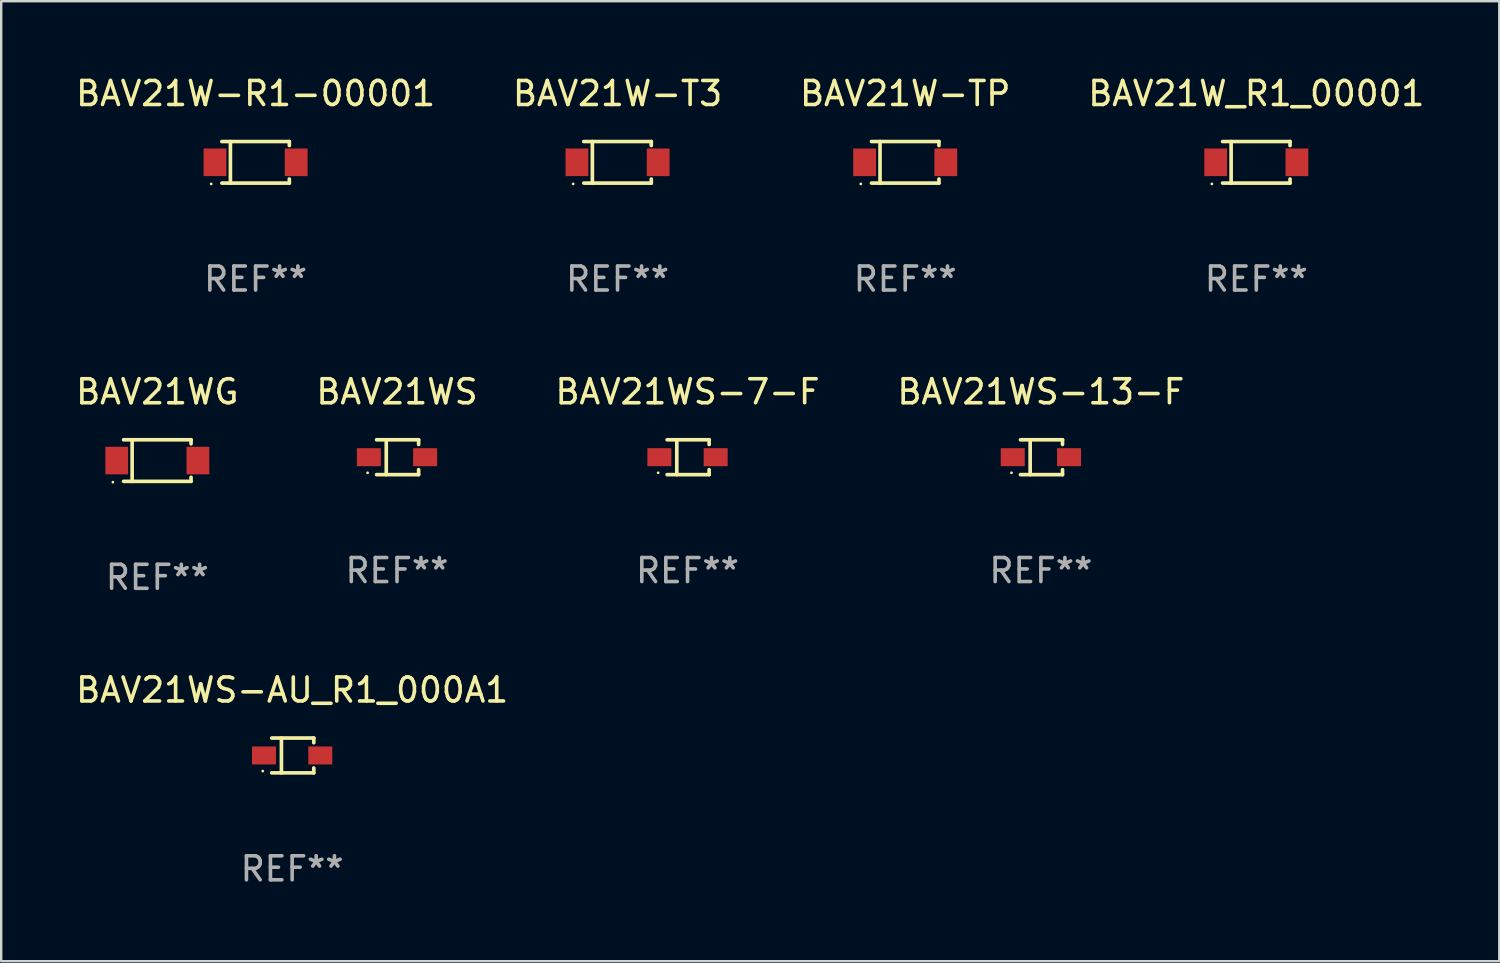
<source format=kicad_pcb>
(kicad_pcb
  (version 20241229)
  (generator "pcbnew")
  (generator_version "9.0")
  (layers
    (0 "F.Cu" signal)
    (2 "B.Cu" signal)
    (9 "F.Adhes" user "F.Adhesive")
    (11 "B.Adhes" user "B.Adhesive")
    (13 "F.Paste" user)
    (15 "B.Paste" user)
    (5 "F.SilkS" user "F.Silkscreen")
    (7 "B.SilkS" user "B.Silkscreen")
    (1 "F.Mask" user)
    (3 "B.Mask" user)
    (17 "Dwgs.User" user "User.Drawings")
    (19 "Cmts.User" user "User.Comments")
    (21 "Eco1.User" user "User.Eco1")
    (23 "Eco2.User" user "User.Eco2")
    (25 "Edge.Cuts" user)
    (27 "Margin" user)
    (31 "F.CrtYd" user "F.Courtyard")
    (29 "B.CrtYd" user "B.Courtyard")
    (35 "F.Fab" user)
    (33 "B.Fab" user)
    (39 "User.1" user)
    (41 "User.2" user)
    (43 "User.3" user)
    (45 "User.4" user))
  (footprint "BAV21WS-13-F"
    (layer "F.Cu")
    (at 40.327 16.003)
    (property "Reference" "BAV21WS-13-F" (at 0 -2.726 0) (layer "F.SilkS") (effects (font (size 1 1) (thickness 0.15))))
    (attr through_hole)
    (fp_line (start -0.851 -0.726) (end 0.901 -0.726) (stroke (width 0.152) (type solid)) (layer "F.SilkS"))
    (fp_line (start -0.851 0.726) (end 0.901 0.726) (stroke (width 0.152) (type solid)) (layer "F.SilkS"))
    (fp_line (start -0.447 -0.726) (end -0.447 0.726) (stroke (width 0.152) (type solid)) (layer "F.SilkS"))
    (fp_line (start 0.901 -0.726) (end 0.901 -0.53) (stroke (width 0.152) (type solid)) (layer "F.SilkS"))
    (fp_line (start 0.901 0.726) (end 0.901 0.52) (stroke (width 0.152) (type solid)) (layer "F.SilkS"))
    (fp_circle (center -1.225 0.65) (end -1.195 0.65) (stroke (width 0.06) (type solid)) (fill no) (layer "F.SilkS"))
    (fp_text user "REF**" (at 0 4.726 0) (layer "F.Fab") (effects (font (size 1 1) (thickness 0.15))))
    (pad "1" smd rect (at -1.173 0) (size 1 0.75) (layers "F.Cu" "F.Mask" "F.Paste"))
    (pad "2" smd rect (at 1.173 0) (size 1 0.75) (layers "F.Cu" "F.Mask" "F.Paste")))
  (footprint "BAV21WS"
    (layer "F.Cu")
    (at 13.494 16.003)
    (property "Reference" "BAV21WS" (at 0 -2.726 0) (layer "F.SilkS") (effects (font (size 1 1) (thickness 0.15))))
    (attr through_hole)
    (fp_line (start -0.851 -0.726) (end 0.901 -0.726) (stroke (width 0.152) (type solid)) (layer "F.SilkS"))
    (fp_line (start -0.851 0.726) (end 0.901 0.726) (stroke (width 0.152) (type solid)) (layer "F.SilkS"))
    (fp_line (start -0.447 -0.726) (end -0.447 0.726) (stroke (width 0.152) (type solid)) (layer "F.SilkS"))
    (fp_line (start 0.901 -0.726) (end 0.901 -0.53) (stroke (width 0.152) (type solid)) (layer "F.SilkS"))
    (fp_line (start 0.901 0.726) (end 0.901 0.52) (stroke (width 0.152) (type solid)) (layer "F.SilkS"))
    (fp_circle (center -1.225 0.65) (end -1.195 0.65) (stroke (width 0.06) (type solid)) (fill no) (layer "F.SilkS"))
    (fp_text user "REF**" (at 0 4.726 0) (layer "F.Fab") (effects (font (size 1 1) (thickness 0.15))))
    (pad "1" smd rect (at -1.173 0) (size 1 0.75) (layers "F.Cu" "F.Mask" "F.Paste"))
    (pad "2" smd rect (at 1.173 0) (size 1 0.75) (layers "F.Cu" "F.Mask" "F.Paste")))
  (footprint "BAV21W_R1_00001"
    (layer "F.Cu")
    (at 49.304 3.714)
    (property "Reference" "BAV21W_R1_00001" (at 0 -2.866 0) (layer "F.SilkS") (effects (font (size 1 1) (thickness 0.15))))
    (attr through_hole)
    (fp_line (start -1.406 -0.866) (end 1.406 -0.866) (stroke (width 0.152) (type solid)) (layer "F.SilkS"))
    (fp_line (start -1.406 0.866) (end 1.406 0.866) (stroke (width 0.152) (type solid)) (layer "F.SilkS"))
    (fp_line (start -1.049 -0.866) (end -1.049 0.866) (stroke (width 0.152) (type solid)) (layer "F.SilkS"))
    (fp_line (start 1.406 -0.866) (end 1.406 -0.698) (stroke (width 0.152) (type solid)) (layer "F.SilkS"))
    (fp_line (start 1.406 0.866) (end 1.406 0.698) (stroke (width 0.152) (type solid)) (layer "F.SilkS"))
    (fp_circle (center -1.851 0.9) (end -1.821 0.9) (stroke (width 0.06) (type solid)) (fill no) (layer "F.SilkS"))
    (fp_text user "REF**" (at 0 4.866 0) (layer "F.Fab") (effects (font (size 1 1) (thickness 0.15))))
    (pad "1" smd rect (at -1.692 0) (size 0.95 1.15) (layers "F.Cu" "F.Mask" "F.Paste"))
    (pad "2" smd rect (at 1.692 0) (size 0.95 1.15) (layers "F.Cu" "F.Mask" "F.Paste")))
  (footprint "BAV21WS-7-F"
    (layer "F.Cu")
    (at 25.601 16.003)
    (property "Reference" "BAV21WS-7-F" (at 0 -2.726 0) (layer "F.SilkS") (effects (font (size 1 1) (thickness 0.15))))
    (attr through_hole)
    (fp_line (start -0.851 -0.726) (end 0.901 -0.726) (stroke (width 0.152) (type solid)) (layer "F.SilkS"))
    (fp_line (start -0.851 0.726) (end 0.901 0.726) (stroke (width 0.152) (type solid)) (layer "F.SilkS"))
    (fp_line (start -0.447 -0.726) (end -0.447 0.726) (stroke (width 0.152) (type solid)) (layer "F.SilkS"))
    (fp_line (start 0.901 -0.726) (end 0.901 -0.53) (stroke (width 0.152) (type solid)) (layer "F.SilkS"))
    (fp_line (start 0.901 0.726) (end 0.901 0.52) (stroke (width 0.152) (type solid)) (layer "F.SilkS"))
    (fp_circle (center -1.225 0.65) (end -1.195 0.65) (stroke (width 0.06) (type solid)) (fill no) (layer "F.SilkS"))
    (fp_text user "REF**" (at 0 4.726 0) (layer "F.Fab") (effects (font (size 1 1) (thickness 0.15))))
    (pad "1" smd rect (at -1.173 0) (size 1 0.75) (layers "F.Cu" "F.Mask" "F.Paste"))
    (pad "2" smd rect (at 1.173 0) (size 1 0.75) (layers "F.Cu" "F.Mask" "F.Paste")))
  (footprint "BAV21W-T3"
    (layer "F.Cu")
    (at 22.685 3.714)
    (property "Reference" "BAV21W-T3" (at 0 -2.866 0) (layer "F.SilkS") (effects (font (size 1 1) (thickness 0.15))))
    (attr through_hole)
    (fp_line (start -1.406 -0.866) (end 1.406 -0.866) (stroke (width 0.152) (type solid)) (layer "F.SilkS"))
    (fp_line (start -1.406 0.866) (end 1.406 0.866) (stroke (width 0.152) (type solid)) (layer "F.SilkS"))
    (fp_line (start -1.049 -0.866) (end -1.049 0.866) (stroke (width 0.152) (type solid)) (layer "F.SilkS"))
    (fp_line (start 1.406 -0.866) (end 1.406 -0.698) (stroke (width 0.152) (type solid)) (layer "F.SilkS"))
    (fp_line (start 1.406 0.866) (end 1.406 0.698) (stroke (width 0.152) (type solid)) (layer "F.SilkS"))
    (fp_circle (center -1.851 0.9) (end -1.821 0.9) (stroke (width 0.06) (type solid)) (fill no) (layer "F.SilkS"))
    (fp_text user "REF**" (at 0 4.866 0) (layer "F.Fab") (effects (font (size 1 1) (thickness 0.15))))
    (pad "1" smd rect (at -1.692 0) (size 0.95 1.15) (layers "F.Cu" "F.Mask" "F.Paste"))
    (pad "2" smd rect (at 1.692 0) (size 0.95 1.15) (layers "F.Cu" "F.Mask" "F.Paste")))
  (footprint "BAV21W-TP"
    (layer "F.Cu")
    (at 34.673 3.714)
    (property "Reference" "BAV21W-TP" (at 0 -2.866 0) (layer "F.SilkS") (effects (font (size 1 1) (thickness 0.15))))
    (attr through_hole)
    (fp_line (start -1.406 -0.866) (end 1.406 -0.866) (stroke (width 0.152) (type solid)) (layer "F.SilkS"))
    (fp_line (start -1.406 0.866) (end 1.406 0.866) (stroke (width 0.152) (type solid)) (layer "F.SilkS"))
    (fp_line (start -1.049 -0.866) (end -1.049 0.866) (stroke (width 0.152) (type solid)) (layer "F.SilkS"))
    (fp_line (start 1.406 -0.866) (end 1.406 -0.698) (stroke (width 0.152) (type solid)) (layer "F.SilkS"))
    (fp_line (start 1.406 0.866) (end 1.406 0.698) (stroke (width 0.152) (type solid)) (layer "F.SilkS"))
    (fp_circle (center -1.851 0.9) (end -1.821 0.9) (stroke (width 0.06) (type solid)) (fill no) (layer "F.SilkS"))
    (fp_text user "REF**" (at 0 4.866 0) (layer "F.Fab") (effects (font (size 1 1) (thickness 0.15))))
    (pad "1" smd rect (at -1.692 0) (size 0.95 1.15) (layers "F.Cu" "F.Mask" "F.Paste"))
    (pad "2" smd rect (at 1.692 0) (size 0.95 1.15) (layers "F.Cu" "F.Mask" "F.Paste")))
  (footprint "BAV21W-R1-00001"
    (layer "F.Cu")
    (at 7.601 3.714)
    (property "Reference" "BAV21W-R1-00001" (at 0 -2.866 0) (layer "F.SilkS") (effects (font (size 1 1) (thickness 0.15))))
    (attr through_hole)
    (fp_line (start -1.406 -0.866) (end 1.406 -0.866) (stroke (width 0.152) (type solid)) (layer "F.SilkS"))
    (fp_line (start -1.406 0.866) (end 1.406 0.866) (stroke (width 0.152) (type solid)) (layer "F.SilkS"))
    (fp_line (start -1.049 -0.866) (end -1.049 0.866) (stroke (width 0.152) (type solid)) (layer "F.SilkS"))
    (fp_line (start 1.406 -0.866) (end 1.406 -0.698) (stroke (width 0.152) (type solid)) (layer "F.SilkS"))
    (fp_line (start 1.406 0.866) (end 1.406 0.698) (stroke (width 0.152) (type solid)) (layer "F.SilkS"))
    (fp_circle (center -1.851 0.9) (end -1.821 0.9) (stroke (width 0.06) (type solid)) (fill no) (layer "F.SilkS"))
    (fp_text user "REF**" (at 0 4.866 0) (layer "F.Fab") (effects (font (size 1 1) (thickness 0.15))))
    (pad "1" smd rect (at -1.692 0) (size 0.95 1.15) (layers "F.Cu" "F.Mask" "F.Paste"))
    (pad "2" smd rect (at 1.692 0) (size 0.95 1.15) (layers "F.Cu" "F.Mask" "F.Paste")))
  (footprint "BAV21WS-AU_R1_000A1"
    (layer "F.Cu")
    (at 9.125 28.432)
    (property "Reference" "BAV21WS-AU_R1_000A1" (at 0 -2.726 0) (layer "F.SilkS") (effects (font (size 1 1) (thickness 0.15))))
    (attr through_hole)
    (fp_line (start -0.851 -0.726) (end 0.901 -0.726) (stroke (width 0.152) (type solid)) (layer "F.SilkS"))
    (fp_line (start -0.851 0.726) (end 0.901 0.726) (stroke (width 0.152) (type solid)) (layer "F.SilkS"))
    (fp_line (start -0.447 -0.726) (end -0.447 0.726) (stroke (width 0.152) (type solid)) (layer "F.SilkS"))
    (fp_line (start 0.901 -0.726) (end 0.901 -0.53) (stroke (width 0.152) (type solid)) (layer "F.SilkS"))
    (fp_line (start 0.901 0.726) (end 0.901 0.52) (stroke (width 0.152) (type solid)) (layer "F.SilkS"))
    (fp_circle (center -1.225 0.65) (end -1.195 0.65) (stroke (width 0.06) (type solid)) (fill no) (layer "F.SilkS"))
    (fp_text user "REF**" (at 0 4.726 0) (layer "F.Fab") (effects (font (size 1 1) (thickness 0.15))))
    (pad "1" smd rect (at -1.173 0) (size 1 0.75) (layers "F.Cu" "F.Mask" "F.Paste"))
    (pad "2" smd rect (at 1.173 0) (size 1 0.75) (layers "F.Cu" "F.Mask" "F.Paste")))
  (footprint "BAV21WG"
    (layer "F.Cu")
    (at 3.506 16.143)
    (property "Reference" "BAV21WG" (at 0 -2.866 0) (layer "F.SilkS") (effects (font (size 1 1) (thickness 0.15))))
    (attr through_hole)
    (fp_line (start -1.406 -0.866) (end 1.406 -0.866) (stroke (width 0.152) (type solid)) (layer "F.SilkS"))
    (fp_line (start -1.406 0.866) (end 1.406 0.866) (stroke (width 0.152) (type solid)) (layer "F.SilkS"))
    (fp_line (start -1.049 -0.866) (end -1.049 0.866) (stroke (width 0.152) (type solid)) (layer "F.SilkS"))
    (fp_line (start 1.406 -0.866) (end 1.406 -0.698) (stroke (width 0.152) (type solid)) (layer "F.SilkS"))
    (fp_line (start 1.406 0.866) (end 1.406 0.698) (stroke (width 0.152) (type solid)) (layer "F.SilkS"))
    (fp_circle (center -1.851 0.9) (end -1.821 0.9) (stroke (width 0.06) (type solid)) (fill no) (layer "F.SilkS"))
    (fp_text user "REF**" (at 0 4.866 0) (layer "F.Fab") (effects (font (size 1 1) (thickness 0.15))))
    (pad "1" smd rect (at -1.692 0) (size 0.95 1.15) (layers "F.Cu" "F.Mask" "F.Paste"))
    (pad "2" smd rect (at 1.692 0) (size 0.95 1.15) (layers "F.Cu" "F.Mask" "F.Paste")))
  (gr_rect
    (start -3 -3)
    (end 59.429 37.007)
    (stroke (width 0.1) (type default))
    (fill no)
    (layer "Edge.Cuts")))
</source>
